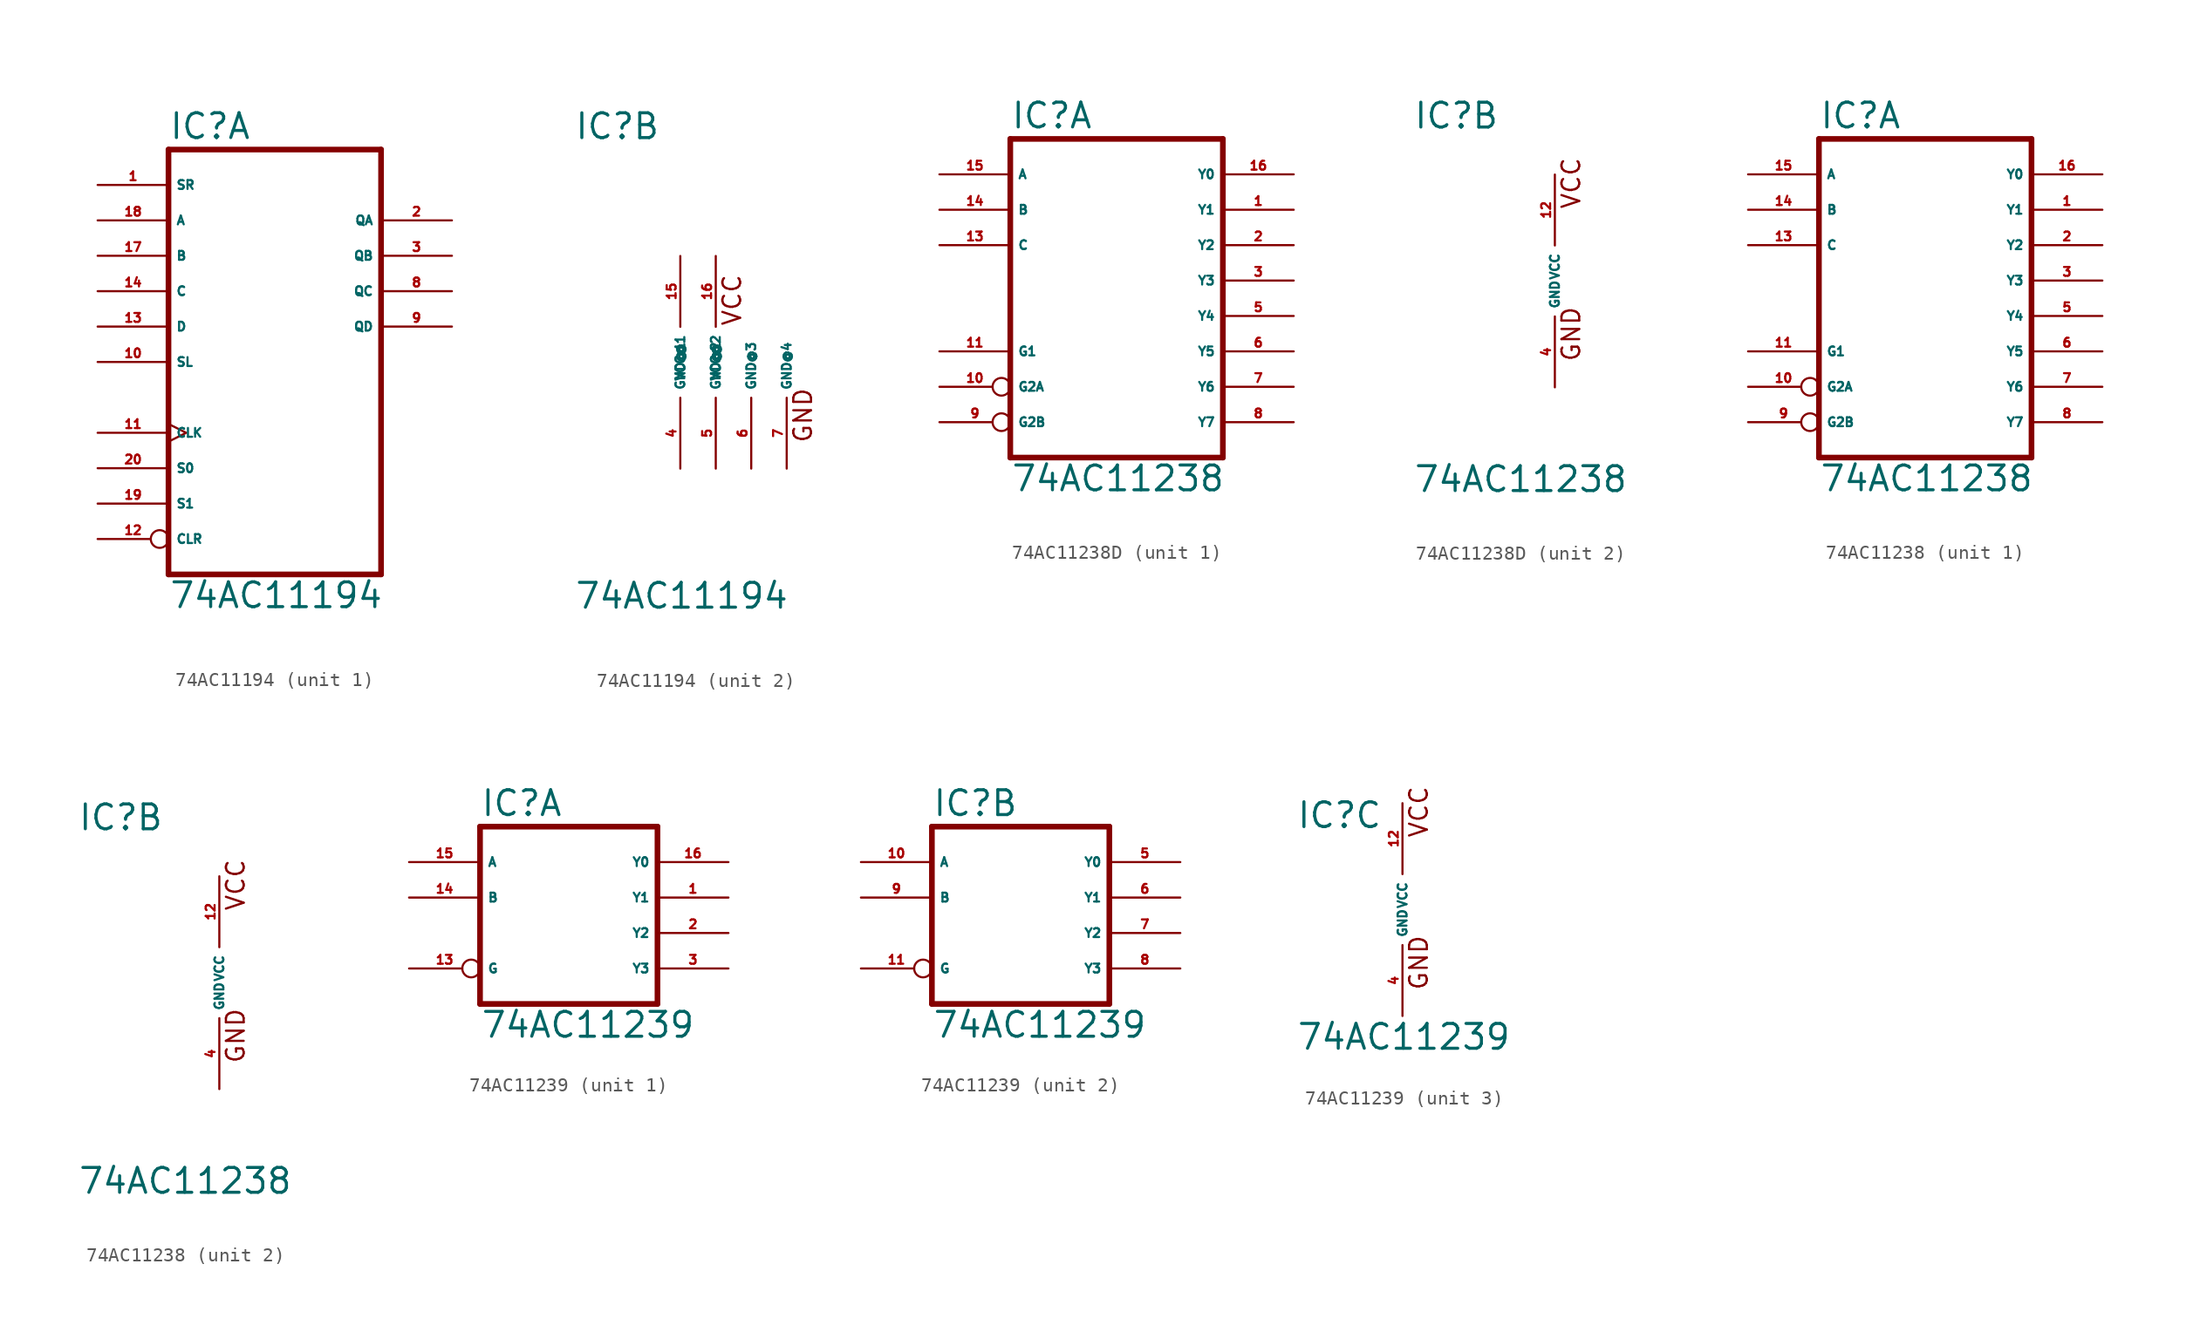
<source format=kicad_sym>
(kicad_symbol_lib
  (version 20220914)
  (generator Eagle2Kicad)
  (symbol "74AC11194"
    (property "Reference" "IC"
      (at -7.62 15.875 0)
      (effects (font (size 1.778 1.778) (thickness 0.22)) (justify left bottom)))
    (property "Value" "74AC11194"
      (at -7.62 -17.78 0)
      (effects (font (size 1.778 1.778) (thickness 0.22)) (justify left bottom)))
    (symbol "74AC11194_1_0"
      (polyline (pts (xy -7.62 -15.24) (xy 7.62 -15.24)) (stroke (width 0.406) (type default)) (fill (type none)))
      (polyline (pts (xy 7.62 -15.24) (xy 7.62 15.24)) (stroke (width 0.406) (type default)) (fill (type none)))
      (polyline (pts (xy 7.62 15.24) (xy -7.62 15.24)) (stroke (width 0.406) (type default)) (fill (type none)))
      (polyline (pts (xy -7.62 15.24) (xy -7.62 -15.24)) (stroke (width 0.406) (type default)) (fill (type none)))
      (pin input line (at -12.7 12.7 0) (length 5.08) (name "SR" (effects (font (size 0.635 0.635) (thickness 0.08)) (justify left bottom))) (number "1" (effects (font (size 0.635 0.635) (thickness 0.08)) (justify left bottom))))
      (pin output line (at 12.7 10.16 180) (length 5.08) (name "QA" (effects (font (size 0.635 0.635) (thickness 0.08)) (justify left bottom))) (number "2" (effects (font (size 0.635 0.635) (thickness 0.08)) (justify left bottom))))
      (pin output line (at 12.7 7.62 180) (length 5.08) (name "QB" (effects (font (size 0.635 0.635) (thickness 0.08)) (justify left bottom))) (number "3" (effects (font (size 0.635 0.635) (thickness 0.08)) (justify left bottom))))
      (pin output line (at 12.7 5.08 180) (length 5.08) (name "QC" (effects (font (size 0.635 0.635) (thickness 0.08)) (justify left bottom))) (number "8" (effects (font (size 0.635 0.635) (thickness 0.08)) (justify left bottom))))
      (pin output line (at 12.7 2.54 180) (length 5.08) (name "QD" (effects (font (size 0.635 0.635) (thickness 0.08)) (justify left bottom))) (number "9" (effects (font (size 0.635 0.635) (thickness 0.08)) (justify left bottom))))
      (pin input line (at -12.7 0 0) (length 5.08) (name "SL" (effects (font (size 0.635 0.635) (thickness 0.08)) (justify left bottom))) (number "10" (effects (font (size 0.635 0.635) (thickness 0.08)) (justify left bottom))))
      (pin input clock (at -12.7 -5.08 0) (length 5.08) (name "CLK" (effects (font (size 0.635 0.635) (thickness 0.08)) (justify left bottom))) (number "11" (effects (font (size 0.635 0.635) (thickness 0.08)) (justify left bottom))))
      (pin input inverted (at -12.7 -12.7 0) (length 5.08) (name "CLR" (effects (font (size 0.635 0.635) (thickness 0.08)) (justify left bottom))) (number "12" (effects (font (size 0.635 0.635) (thickness 0.08)) (justify left bottom))))
      (pin input line (at -12.7 2.54 0) (length 5.08) (name "D" (effects (font (size 0.635 0.635) (thickness 0.08)) (justify left bottom))) (number "13" (effects (font (size 0.635 0.635) (thickness 0.08)) (justify left bottom))))
      (pin input line (at -12.7 5.08 0) (length 5.08) (name "C" (effects (font (size 0.635 0.635) (thickness 0.08)) (justify left bottom))) (number "14" (effects (font (size 0.635 0.635) (thickness 0.08)) (justify left bottom))))
      (pin input line (at -12.7 7.62 0) (length 5.08) (name "B" (effects (font (size 0.635 0.635) (thickness 0.08)) (justify left bottom))) (number "17" (effects (font (size 0.635 0.635) (thickness 0.08)) (justify left bottom))))
      (pin input line (at -12.7 10.16 0) (length 5.08) (name "A" (effects (font (size 0.635 0.635) (thickness 0.08)) (justify left bottom))) (number "18" (effects (font (size 0.635 0.635) (thickness 0.08)) (justify left bottom))))
      (pin input line (at -12.7 -10.16 0) (length 5.08) (name "S1" (effects (font (size 0.635 0.635) (thickness 0.08)) (justify left bottom))) (number "19" (effects (font (size 0.635 0.635) (thickness 0.08)) (justify left bottom))))
      (pin input line (at -12.7 -7.62 0) (length 5.08) (name "S0" (effects (font (size 0.635 0.635) (thickness 0.08)) (justify left bottom))) (number "20" (effects (font (size 0.635 0.635) (thickness 0.08)) (justify left bottom)))))
    (symbol "74AC11194_2_0"
      (text "VCC" (at 4.445 2.54 900) (effects (font (size 1.27 1.27) (thickness 0.16)) (justify left bottom)))
      (text "GND" (at 9.525 -5.842 900) (effects (font (size 1.27 1.27) (thickness 0.16)) (justify left bottom)))
      (pin unspecified line (at 0 -7.62 90) (length 5.08) (name "GND@1" (effects (font (size 0.635 0.635) (thickness 0.08)) (justify left bottom))) (number "4" (effects (font (size 0.635 0.635) (thickness 0.08)) (justify left bottom))))
      (pin unspecified line (at 2.54 -7.62 90) (length 5.08) (name "GND@2" (effects (font (size 0.635 0.635) (thickness 0.08)) (justify left bottom))) (number "5" (effects (font (size 0.635 0.635) (thickness 0.08)) (justify left bottom))))
      (pin unspecified line (at 5.08 -7.62 90) (length 5.08) (name "GND@3" (effects (font (size 0.635 0.635) (thickness 0.08)) (justify left bottom))) (number "6" (effects (font (size 0.635 0.635) (thickness 0.08)) (justify left bottom))))
      (pin unspecified line (at 7.62 -7.62 90) (length 5.08) (name "GND@4" (effects (font (size 0.635 0.635) (thickness 0.08)) (justify left bottom))) (number "7" (effects (font (size 0.635 0.635) (thickness 0.08)) (justify left bottom))))
      (pin unspecified line (at 0 7.62 270) (length 5.08) (name "VCC@1" (effects (font (size 0.635 0.635) (thickness 0.08)) (justify left bottom))) (number "15" (effects (font (size 0.635 0.635) (thickness 0.08)) (justify left bottom))))
      (pin unspecified line (at 2.54 7.62 270) (length 5.08) (name "VCC@2" (effects (font (size 0.635 0.635) (thickness 0.08)) (justify left bottom))) (number "16" (effects (font (size 0.635 0.635) (thickness 0.08)) (justify left bottom))))))
  (symbol "74AC11238D"
    (property "Reference" "IC"
      (at -10.16 10.795 0)
      (effects (font (size 1.778 1.778) (thickness 0.22)) (justify left bottom)))
    (property "Value" "74AC11238"
      (at -10.16 -15.24 0)
      (effects (font (size 1.778 1.778) (thickness 0.22)) (justify left bottom)))
    (symbol "74AC11238D_1_0"
      (polyline (pts (xy -10.16 -12.7) (xy 5.08 -12.7)) (stroke (width 0.406) (type default)) (fill (type none)))
      (polyline (pts (xy 5.08 -12.7) (xy 5.08 10.16)) (stroke (width 0.406) (type default)) (fill (type none)))
      (polyline (pts (xy 5.08 10.16) (xy -10.16 10.16)) (stroke (width 0.406) (type default)) (fill (type none)))
      (polyline (pts (xy -10.16 10.16) (xy -10.16 -12.7)) (stroke (width 0.406) (type default)) (fill (type none)))
      (pin output line (at 10.16 5.08 180) (length 5.08) (name "Y1" (effects (font (size 0.635 0.635) (thickness 0.08)) (justify left bottom))) (number "1" (effects (font (size 0.635 0.635) (thickness 0.08)) (justify left bottom))))
      (pin output line (at 10.16 2.54 180) (length 5.08) (name "Y2" (effects (font (size 0.635 0.635) (thickness 0.08)) (justify left bottom))) (number "2" (effects (font (size 0.635 0.635) (thickness 0.08)) (justify left bottom))))
      (pin output line (at 10.16 0 180) (length 5.08) (name "Y3" (effects (font (size 0.635 0.635) (thickness 0.08)) (justify left bottom))) (number "3" (effects (font (size 0.635 0.635) (thickness 0.08)) (justify left bottom))))
      (pin output line (at 10.16 -2.54 180) (length 5.08) (name "Y4" (effects (font (size 0.635 0.635) (thickness 0.08)) (justify left bottom))) (number "5" (effects (font (size 0.635 0.635) (thickness 0.08)) (justify left bottom))))
      (pin output line (at 10.16 -5.08 180) (length 5.08) (name "Y5" (effects (font (size 0.635 0.635) (thickness 0.08)) (justify left bottom))) (number "6" (effects (font (size 0.635 0.635) (thickness 0.08)) (justify left bottom))))
      (pin output line (at 10.16 -7.62 180) (length 5.08) (name "Y6" (effects (font (size 0.635 0.635) (thickness 0.08)) (justify left bottom))) (number "7" (effects (font (size 0.635 0.635) (thickness 0.08)) (justify left bottom))))
      (pin output line (at 10.16 -10.16 180) (length 5.08) (name "Y7" (effects (font (size 0.635 0.635) (thickness 0.08)) (justify left bottom))) (number "8" (effects (font (size 0.635 0.635) (thickness 0.08)) (justify left bottom))))
      (pin input inverted (at -15.24 -10.16 0) (length 5.08) (name "G2B" (effects (font (size 0.635 0.635) (thickness 0.08)) (justify left bottom))) (number "9" (effects (font (size 0.635 0.635) (thickness 0.08)) (justify left bottom))))
      (pin input inverted (at -15.24 -7.62 0) (length 5.08) (name "G2A" (effects (font (size 0.635 0.635) (thickness 0.08)) (justify left bottom))) (number "10" (effects (font (size 0.635 0.635) (thickness 0.08)) (justify left bottom))))
      (pin input line (at -15.24 -5.08 0) (length 5.08) (name "G1" (effects (font (size 0.635 0.635) (thickness 0.08)) (justify left bottom))) (number "11" (effects (font (size 0.635 0.635) (thickness 0.08)) (justify left bottom))))
      (pin input line (at -15.24 2.54 0) (length 5.08) (name "C" (effects (font (size 0.635 0.635) (thickness 0.08)) (justify left bottom))) (number "13" (effects (font (size 0.635 0.635) (thickness 0.08)) (justify left bottom))))
      (pin input line (at -15.24 5.08 0) (length 5.08) (name "B" (effects (font (size 0.635 0.635) (thickness 0.08)) (justify left bottom))) (number "14" (effects (font (size 0.635 0.635) (thickness 0.08)) (justify left bottom))))
      (pin input line (at -15.24 7.62 0) (length 5.08) (name "A" (effects (font (size 0.635 0.635) (thickness 0.08)) (justify left bottom))) (number "15" (effects (font (size 0.635 0.635) (thickness 0.08)) (justify left bottom))))
      (pin output line (at 10.16 7.62 180) (length 5.08) (name "Y0" (effects (font (size 0.635 0.635) (thickness 0.08)) (justify left bottom))) (number "16" (effects (font (size 0.635 0.635) (thickness 0.08)) (justify left bottom)))))
    (symbol "74AC11238D_2_0"
      (text "GND" (at 1.905 -5.842 900) (effects (font (size 1.27 1.27) (thickness 0.16)) (justify left bottom)))
      (text "VCC" (at 1.905 5.08 900) (effects (font (size 1.27 1.27) (thickness 0.16)) (justify left bottom)))
      (pin unspecified line (at 0 -7.62 90) (length 5.08) (name "GND" (effects (font (size 0.635 0.635) (thickness 0.08)) (justify left bottom))) (number "4" (effects (font (size 0.635 0.635) (thickness 0.08)) (justify left bottom))))
      (pin unspecified line (at 0 7.62 270) (length 5.08) (name "VCC" (effects (font (size 0.635 0.635) (thickness 0.08)) (justify left bottom))) (number "12" (effects (font (size 0.635 0.635) (thickness 0.08)) (justify left bottom))))))
  (symbol "74AC11238"
    (property "Reference" "IC"
      (at -10.16 10.795 0)
      (effects (font (size 1.778 1.778) (thickness 0.22)) (justify left bottom)))
    (property "Value" "74AC11238"
      (at -10.16 -15.24 0)
      (effects (font (size 1.778 1.778) (thickness 0.22)) (justify left bottom)))
    (symbol "74AC11238_1_0"
      (polyline (pts (xy -10.16 -12.7) (xy 5.08 -12.7)) (stroke (width 0.406) (type default)) (fill (type none)))
      (polyline (pts (xy 5.08 -12.7) (xy 5.08 10.16)) (stroke (width 0.406) (type default)) (fill (type none)))
      (polyline (pts (xy 5.08 10.16) (xy -10.16 10.16)) (stroke (width 0.406) (type default)) (fill (type none)))
      (polyline (pts (xy -10.16 10.16) (xy -10.16 -12.7)) (stroke (width 0.406) (type default)) (fill (type none)))
      (pin output line (at 10.16 5.08 180) (length 5.08) (name "Y1" (effects (font (size 0.635 0.635) (thickness 0.08)) (justify left bottom))) (number "1" (effects (font (size 0.635 0.635) (thickness 0.08)) (justify left bottom))))
      (pin output line (at 10.16 2.54 180) (length 5.08) (name "Y2" (effects (font (size 0.635 0.635) (thickness 0.08)) (justify left bottom))) (number "2" (effects (font (size 0.635 0.635) (thickness 0.08)) (justify left bottom))))
      (pin output line (at 10.16 0 180) (length 5.08) (name "Y3" (effects (font (size 0.635 0.635) (thickness 0.08)) (justify left bottom))) (number "3" (effects (font (size 0.635 0.635) (thickness 0.08)) (justify left bottom))))
      (pin output line (at 10.16 -2.54 180) (length 5.08) (name "Y4" (effects (font (size 0.635 0.635) (thickness 0.08)) (justify left bottom))) (number "5" (effects (font (size 0.635 0.635) (thickness 0.08)) (justify left bottom))))
      (pin output line (at 10.16 -5.08 180) (length 5.08) (name "Y5" (effects (font (size 0.635 0.635) (thickness 0.08)) (justify left bottom))) (number "6" (effects (font (size 0.635 0.635) (thickness 0.08)) (justify left bottom))))
      (pin output line (at 10.16 -7.62 180) (length 5.08) (name "Y6" (effects (font (size 0.635 0.635) (thickness 0.08)) (justify left bottom))) (number "7" (effects (font (size 0.635 0.635) (thickness 0.08)) (justify left bottom))))
      (pin output line (at 10.16 -10.16 180) (length 5.08) (name "Y7" (effects (font (size 0.635 0.635) (thickness 0.08)) (justify left bottom))) (number "8" (effects (font (size 0.635 0.635) (thickness 0.08)) (justify left bottom))))
      (pin input inverted (at -15.24 -10.16 0) (length 5.08) (name "G2B" (effects (font (size 0.635 0.635) (thickness 0.08)) (justify left bottom))) (number "9" (effects (font (size 0.635 0.635) (thickness 0.08)) (justify left bottom))))
      (pin input inverted (at -15.24 -7.62 0) (length 5.08) (name "G2A" (effects (font (size 0.635 0.635) (thickness 0.08)) (justify left bottom))) (number "10" (effects (font (size 0.635 0.635) (thickness 0.08)) (justify left bottom))))
      (pin input line (at -15.24 -5.08 0) (length 5.08) (name "G1" (effects (font (size 0.635 0.635) (thickness 0.08)) (justify left bottom))) (number "11" (effects (font (size 0.635 0.635) (thickness 0.08)) (justify left bottom))))
      (pin input line (at -15.24 2.54 0) (length 5.08) (name "C" (effects (font (size 0.635 0.635) (thickness 0.08)) (justify left bottom))) (number "13" (effects (font (size 0.635 0.635) (thickness 0.08)) (justify left bottom))))
      (pin input line (at -15.24 5.08 0) (length 5.08) (name "B" (effects (font (size 0.635 0.635) (thickness 0.08)) (justify left bottom))) (number "14" (effects (font (size 0.635 0.635) (thickness 0.08)) (justify left bottom))))
      (pin input line (at -15.24 7.62 0) (length 5.08) (name "A" (effects (font (size 0.635 0.635) (thickness 0.08)) (justify left bottom))) (number "15" (effects (font (size 0.635 0.635) (thickness 0.08)) (justify left bottom))))
      (pin output line (at 10.16 7.62 180) (length 5.08) (name "Y0" (effects (font (size 0.635 0.635) (thickness 0.08)) (justify left bottom))) (number "16" (effects (font (size 0.635 0.635) (thickness 0.08)) (justify left bottom)))))
    (symbol "74AC11238_2_0"
      (text "GND" (at 1.905 -5.842 900) (effects (font (size 1.27 1.27) (thickness 0.16)) (justify left bottom)))
      (text "VCC" (at 1.905 5.08 900) (effects (font (size 1.27 1.27) (thickness 0.16)) (justify left bottom)))
      (pin unspecified line (at 0 -7.62 90) (length 5.08) (name "GND" (effects (font (size 0.635 0.635) (thickness 0.08)) (justify left bottom))) (number "4" (effects (font (size 0.635 0.635) (thickness 0.08)) (justify left bottom))))
      (pin unspecified line (at 0 7.62 270) (length 5.08) (name "VCC" (effects (font (size 0.635 0.635) (thickness 0.08)) (justify left bottom))) (number "12" (effects (font (size 0.635 0.635) (thickness 0.08)) (justify left bottom))))))
  (symbol "74AC11239"
    (property "Reference" "IC"
      (at -7.62 5.715 0)
      (effects (font (size 1.778 1.778) (thickness 0.22)) (justify left bottom)))
    (property "Value" "74AC11239"
      (at -7.62 -10.16 0)
      (effects (font (size 1.778 1.778) (thickness 0.22)) (justify left bottom)))
    (symbol "74AC11239_1_0"
      (polyline (pts (xy -7.62 -7.62) (xy 5.08 -7.62)) (stroke (width 0.406) (type default)) (fill (type none)))
      (polyline (pts (xy 5.08 -7.62) (xy 5.08 5.08)) (stroke (width 0.406) (type default)) (fill (type none)))
      (polyline (pts (xy 5.08 5.08) (xy -7.62 5.08)) (stroke (width 0.406) (type default)) (fill (type none)))
      (polyline (pts (xy -7.62 5.08) (xy -7.62 -7.62)) (stroke (width 0.406) (type default)) (fill (type none)))
      (pin output line (at 10.16 0 180) (length 5.08) (name "Y1" (effects (font (size 0.635 0.635) (thickness 0.08)) (justify left bottom))) (number "1" (effects (font (size 0.635 0.635) (thickness 0.08)) (justify left bottom))))
      (pin output line (at 10.16 -2.54 180) (length 5.08) (name "Y2" (effects (font (size 0.635 0.635) (thickness 0.08)) (justify left bottom))) (number "2" (effects (font (size 0.635 0.635) (thickness 0.08)) (justify left bottom))))
      (pin output line (at 10.16 -5.08 180) (length 5.08) (name "Y3" (effects (font (size 0.635 0.635) (thickness 0.08)) (justify left bottom))) (number "3" (effects (font (size 0.635 0.635) (thickness 0.08)) (justify left bottom))))
      (pin input inverted (at -12.7 -5.08 0) (length 5.08) (name "G" (effects (font (size 0.635 0.635) (thickness 0.08)) (justify left bottom))) (number "13" (effects (font (size 0.635 0.635) (thickness 0.08)) (justify left bottom))))
      (pin input line (at -12.7 0 0) (length 5.08) (name "B" (effects (font (size 0.635 0.635) (thickness 0.08)) (justify left bottom))) (number "14" (effects (font (size 0.635 0.635) (thickness 0.08)) (justify left bottom))))
      (pin input line (at -12.7 2.54 0) (length 5.08) (name "A" (effects (font (size 0.635 0.635) (thickness 0.08)) (justify left bottom))) (number "15" (effects (font (size 0.635 0.635) (thickness 0.08)) (justify left bottom))))
      (pin output line (at 10.16 2.54 180) (length 5.08) (name "Y0" (effects (font (size 0.635 0.635) (thickness 0.08)) (justify left bottom))) (number "16" (effects (font (size 0.635 0.635) (thickness 0.08)) (justify left bottom)))))
    (symbol "74AC11239_2_0"
      (polyline (pts (xy -7.62 -7.62) (xy 5.08 -7.62)) (stroke (width 0.406) (type default)) (fill (type none)))
      (polyline (pts (xy 5.08 -7.62) (xy 5.08 5.08)) (stroke (width 0.406) (type default)) (fill (type none)))
      (polyline (pts (xy 5.08 5.08) (xy -7.62 5.08)) (stroke (width 0.406) (type default)) (fill (type none)))
      (polyline (pts (xy -7.62 5.08) (xy -7.62 -7.62)) (stroke (width 0.406) (type default)) (fill (type none)))
      (pin output line (at 10.16 0 180) (length 5.08) (name "Y1" (effects (font (size 0.635 0.635) (thickness 0.08)) (justify left bottom))) (number "6" (effects (font (size 0.635 0.635) (thickness 0.08)) (justify left bottom))))
      (pin output line (at 10.16 -2.54 180) (length 5.08) (name "Y2" (effects (font (size 0.635 0.635) (thickness 0.08)) (justify left bottom))) (number "7" (effects (font (size 0.635 0.635) (thickness 0.08)) (justify left bottom))))
      (pin output line (at 10.16 -5.08 180) (length 5.08) (name "Y3" (effects (font (size 0.635 0.635) (thickness 0.08)) (justify left bottom))) (number "8" (effects (font (size 0.635 0.635) (thickness 0.08)) (justify left bottom))))
      (pin input inverted (at -12.7 -5.08 0) (length 5.08) (name "G" (effects (font (size 0.635 0.635) (thickness 0.08)) (justify left bottom))) (number "11" (effects (font (size 0.635 0.635) (thickness 0.08)) (justify left bottom))))
      (pin input line (at -12.7 0 0) (length 5.08) (name "B" (effects (font (size 0.635 0.635) (thickness 0.08)) (justify left bottom))) (number "9" (effects (font (size 0.635 0.635) (thickness 0.08)) (justify left bottom))))
      (pin input line (at -12.7 2.54 0) (length 5.08) (name "A" (effects (font (size 0.635 0.635) (thickness 0.08)) (justify left bottom))) (number "10" (effects (font (size 0.635 0.635) (thickness 0.08)) (justify left bottom))))
      (pin output line (at 10.16 2.54 180) (length 5.08) (name "Y0" (effects (font (size 0.635 0.635) (thickness 0.08)) (justify left bottom))) (number "5" (effects (font (size 0.635 0.635) (thickness 0.08)) (justify left bottom)))))
    (symbol "74AC11239_3_0"
      (text "GND" (at 1.905 -5.842 900) (effects (font (size 1.27 1.27) (thickness 0.16)) (justify left bottom)))
      (text "VCC" (at 1.905 5.08 900) (effects (font (size 1.27 1.27) (thickness 0.16)) (justify left bottom)))
      (pin unspecified line (at 0 -7.62 90) (length 5.08) (name "GND" (effects (font (size 0.635 0.635) (thickness 0.08)) (justify left bottom))) (number "4" (effects (font (size 0.635 0.635) (thickness 0.08)) (justify left bottom))))
      (pin unspecified line (at 0 7.62 270) (length 5.08) (name "VCC" (effects (font (size 0.635 0.635) (thickness 0.08)) (justify left bottom))) (number "12" (effects (font (size 0.635 0.635) (thickness 0.08)) (justify left bottom)))))))
</source>
